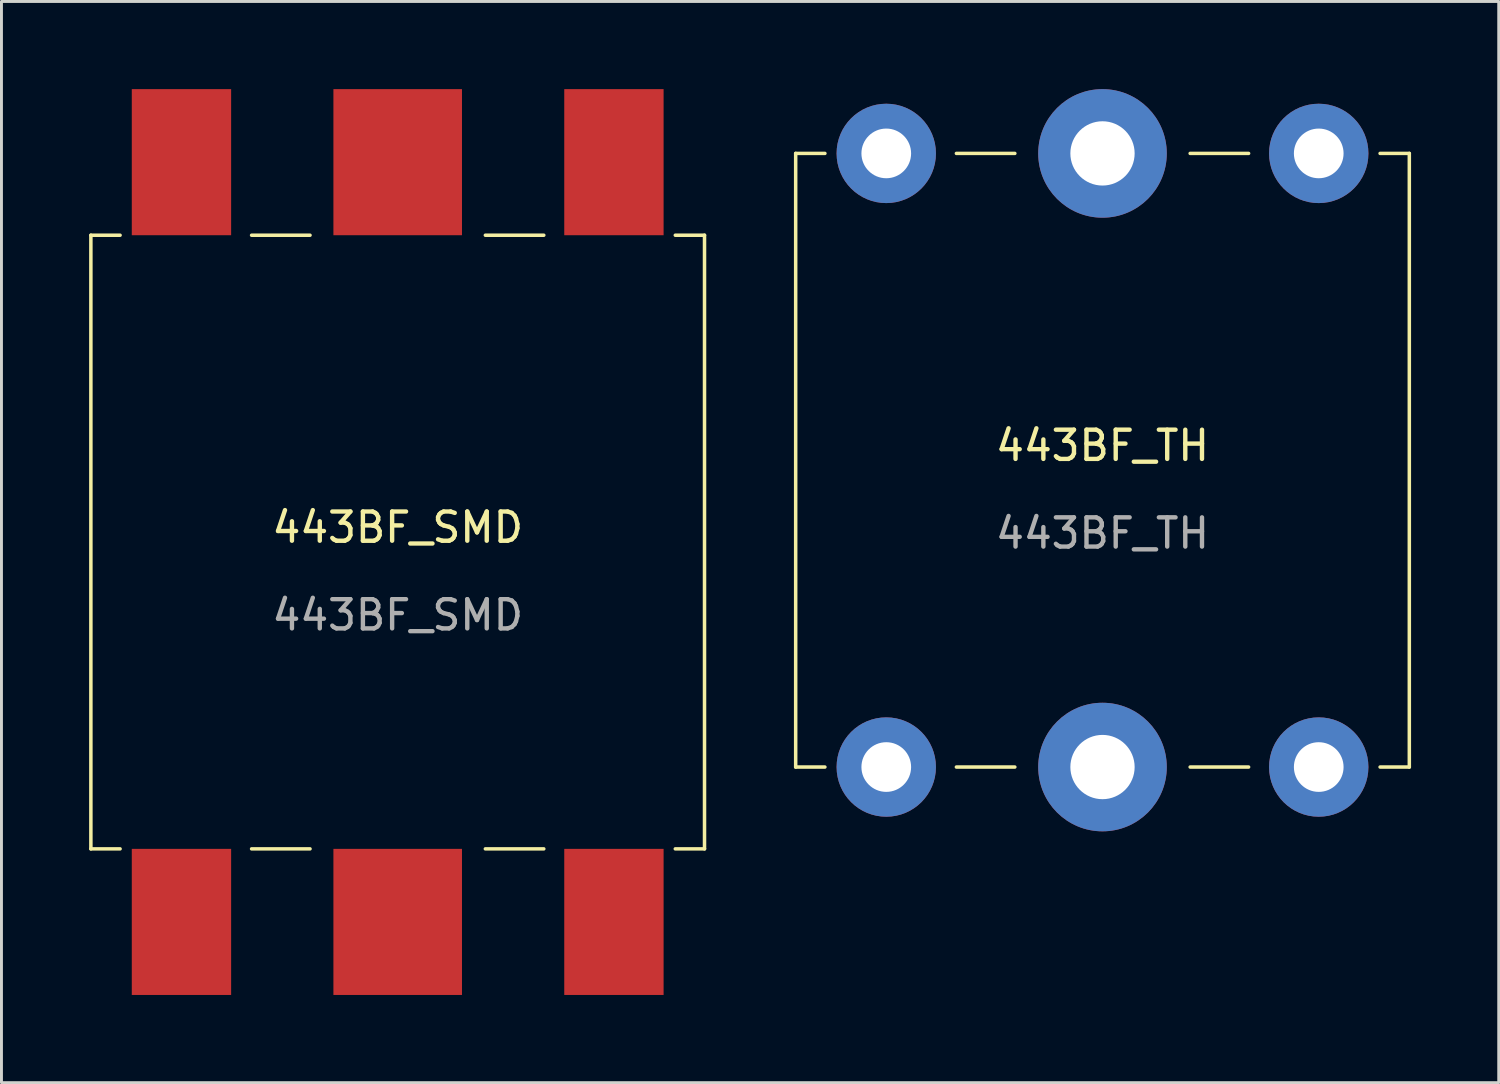
<source format=kicad_pcb>
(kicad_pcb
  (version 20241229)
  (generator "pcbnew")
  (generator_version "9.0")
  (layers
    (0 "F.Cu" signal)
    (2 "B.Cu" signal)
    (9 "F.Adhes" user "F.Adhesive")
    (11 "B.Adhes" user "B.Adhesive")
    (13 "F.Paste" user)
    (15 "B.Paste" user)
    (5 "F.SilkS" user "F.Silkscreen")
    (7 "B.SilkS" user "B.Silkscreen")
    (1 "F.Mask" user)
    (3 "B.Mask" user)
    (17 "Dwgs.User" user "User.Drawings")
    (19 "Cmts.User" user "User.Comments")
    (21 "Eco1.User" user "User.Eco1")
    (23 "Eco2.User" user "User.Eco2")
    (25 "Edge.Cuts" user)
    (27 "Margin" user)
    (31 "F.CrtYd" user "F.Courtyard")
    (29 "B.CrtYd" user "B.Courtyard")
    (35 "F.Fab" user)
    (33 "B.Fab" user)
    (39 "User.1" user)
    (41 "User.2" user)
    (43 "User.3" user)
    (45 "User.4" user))
  (footprint "443BF_SMD"
    (layer "F.Cu")
    (at 10.56 15.5)
    (property "Reference" "443BF_SMD" (at 0 -0.5 0) (unlocked yes) (layer "F.SilkS") (effects (font (size 1 1) (thickness 0.15))))
    (attr through_hole)
    (fp_line (start -10.5 -10.5) (end -9.5 -10.5) (stroke (width 0.12) (type solid)) (layer "F.SilkS"))
    (fp_line (start -10.5 10.5) (end -10.5 -10.5) (stroke (width 0.12) (type solid)) (layer "F.SilkS"))
    (fp_line (start -10.5 10.5) (end -9.5 10.5) (stroke (width 0.12) (type solid)) (layer "F.SilkS"))
    (fp_line (start -5 -10.5) (end -3 -10.5) (stroke (width 0.12) (type solid)) (layer "F.SilkS"))
    (fp_line (start -5 10.5) (end -3 10.5) (stroke (width 0.12) (type solid)) (layer "F.SilkS"))
    (fp_line (start 3 -10.5) (end 5 -10.5) (stroke (width 0.12) (type solid)) (layer "F.SilkS"))
    (fp_line (start 3 10.5) (end 5 10.5) (stroke (width 0.12) (type solid)) (layer "F.SilkS"))
    (fp_line (start 9.5 -10.5) (end 10.5 -10.5) (stroke (width 0.12) (type solid)) (layer "F.SilkS"))
    (fp_line (start 9.5 10.5) (end 10.5 10.5) (stroke (width 0.12) (type solid)) (layer "F.SilkS"))
    (fp_line (start 10.5 -10.5) (end 10.5 10.5) (stroke (width 0.12) (type solid)) (layer "F.SilkS"))
    (fp_text user "${REFERENCE}" (at 0 2.5 0) (unlocked yes) (layer "F.Fab") (effects (font (size 1 1) (thickness 0.15))))
    (pad "C1" smd rect (at -7.4 13) (size 3.4 5) (layers "F.Cu" "F.Mask"))
    (pad "C2" smd rect (at 7.4 13) (size 3.4 5) (layers "F.Cu" "F.Mask"))
    (pad "C3" smd rect (at -7.4 -13) (size 3.4 5) (layers "F.Cu" "F.Mask"))
    (pad "C4" smd rect (at 7.4 -13) (size 3.4 5) (layers "F.Cu" "F.Mask"))
    (pad "COM_AM" smd rect (at 0 -13) (size 4.4 5) (layers "F.Cu" "F.Mask"))
    (pad "COM_FM" smd rect (at 0 13) (size 4.4 5) (layers "F.Cu" "F.Mask")))
  (footprint "443BF_TH"
    (layer "F.Cu")
    (at 34.68 12.7)
    (property "Reference" "443BF_TH" (at 0 -0.5 0) (unlocked yes) (layer "F.SilkS") (effects (font (size 1 1) (thickness 0.15))))
    (attr through_hole)
    (fp_line (start -10.5 -10.5) (end -9.5 -10.5) (stroke (width 0.12) (type solid)) (layer "F.SilkS"))
    (fp_line (start -10.5 10.5) (end -10.5 -10.5) (stroke (width 0.12) (type solid)) (layer "F.SilkS"))
    (fp_line (start -10.5 10.5) (end -9.5 10.5) (stroke (width 0.12) (type solid)) (layer "F.SilkS"))
    (fp_line (start -5 -10.5) (end -3 -10.5) (stroke (width 0.12) (type solid)) (layer "F.SilkS"))
    (fp_line (start -5 10.5) (end -3 10.5) (stroke (width 0.12) (type solid)) (layer "F.SilkS"))
    (fp_line (start 3 -10.5) (end 5 -10.5) (stroke (width 0.12) (type solid)) (layer "F.SilkS"))
    (fp_line (start 3 10.5) (end 5 10.5) (stroke (width 0.12) (type solid)) (layer "F.SilkS"))
    (fp_line (start 9.5 -10.5) (end 10.5 -10.5) (stroke (width 0.12) (type solid)) (layer "F.SilkS"))
    (fp_line (start 9.5 10.5) (end 10.5 10.5) (stroke (width 0.12) (type solid)) (layer "F.SilkS"))
    (fp_line (start 10.5 -10.5) (end 10.5 10.5) (stroke (width 0.12) (type solid)) (layer "F.SilkS"))
    (fp_text user "${REFERENCE}" (at 0 2.5 0) (unlocked yes) (layer "F.Fab") (effects (font (size 1 1) (thickness 0.15))))
    (pad "C1" thru_hole circle (at -7.4 10.5) (size 3.4 3.4) (drill 1.7) (layers "*.Cu" "*.Mask"))
    (pad "C2" thru_hole circle (at 7.4 10.5) (size 3.4 3.4) (drill 1.7) (layers "*.Cu" "*.Mask"))
    (pad "C3" thru_hole circle (at -7.4 -10.5) (size 3.4 3.4) (drill 1.7) (layers "*.Cu" "*.Mask"))
    (pad "C4" thru_hole circle (at 7.4 -10.5) (size 3.4 3.4) (drill 1.7) (layers "*.Cu" "*.Mask"))
    (pad "COM_AM" thru_hole circle (at 0 -10.5) (size 4.4 4.4) (drill 2.2) (layers "*.Cu" "*.Mask"))
    (pad "COM_FM" thru_hole circle (at 0 10.5) (size 4.4 4.4) (drill 2.2) (layers "*.Cu" "*.Mask")))
  (gr_rect
    (start -3 -3)
    (end 48.24 34)
    (stroke (width 0.1) (type default))
    (fill no)
    (layer "Edge.Cuts")))
</source>
